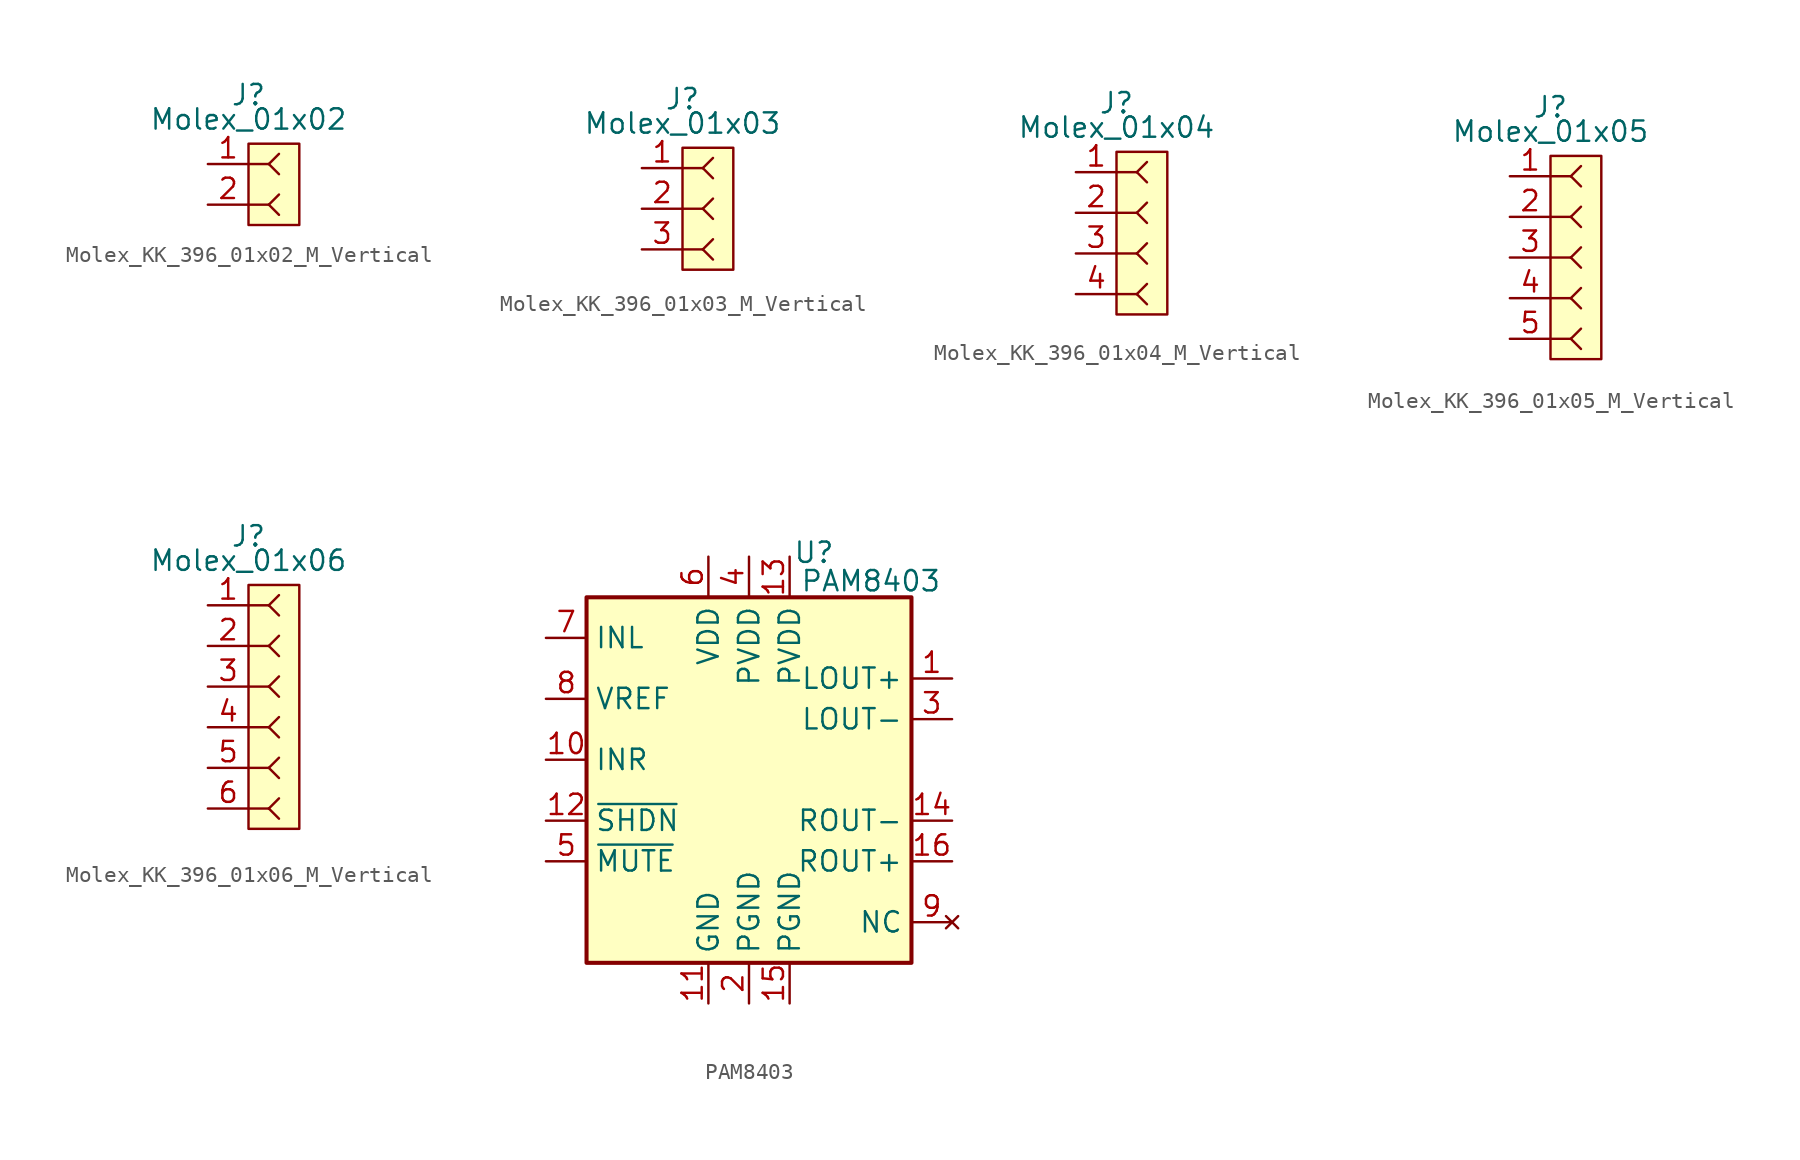
<source format=kicad_sym>
(kicad_symbol_lib
  (version 20241209)
  (generator "kicad_symbol_editor")
  (generator_version "9.0")
  (symbol "Molex_KK_396_01x02_M_Vertical"
    (property "Reference" "J"
      (at 0 5.588 0)
      (effects (font (size 1.27 1.27))))
    (property "Value" "Molex_01x02"
      (at 0 4.064 0)
      (effects (font (size 1.27 1.27))))
    (symbol "Molex_KK_396_01x02_M_Vertical_0_1"
      (polyline (pts (xy 0 1.27) (xy 1.27 1.27)) (stroke (width 0) (type default)) (fill (type none)))
      (polyline (pts (xy 0 -1.27) (xy 1.27 -1.27)) (stroke (width 0) (type default)) (fill (type none)))
      (polyline (pts (xy 1.27 1.27) (xy 1.905 1.905)) (stroke (width 0) (type default)) (fill (type none)))
      (polyline (pts (xy 1.27 1.27) (xy 1.905 0.635)) (stroke (width 0) (type default)) (fill (type none)))
      (polyline (pts (xy 1.27 -1.27) (xy 1.905 -0.635)) (stroke (width 0) (type default)) (fill (type none)))
      (polyline (pts (xy 1.27 -1.27) (xy 1.905 -1.905)) (stroke (width 0) (type default)) (fill (type none))))
    (symbol "Molex_KK_396_01x02_M_Vertical_1_1"
      (rectangle (start 0 2.54) (end 3.175 -2.54) (stroke (width 0) (type solid)) (fill (type background)))
      (pin passive line (at -2.54 1.27 0) (length 2.54) (name "" (effects (font (size 1.27 1.27)))) (number "1" (effects (font (size 1.27 1.27)))))
      (pin passive line (at -2.54 -1.27 0) (length 2.54) (name "" (effects (font (size 1.27 1.27)))) (number "2" (effects (font (size 1.27 1.27)))))))
  (symbol "Molex_KK_396_01x03_M_Vertical"
    (property "Reference" "J"
      (at 0 6.858 0)
      (effects (font (size 1.27 1.27))))
    (property "Value" "Molex_01x03"
      (at 0 5.334 0)
      (effects (font (size 1.27 1.27))))
    (symbol "Molex_KK_396_01x03_M_Vertical_0_1"
      (polyline (pts (xy 0 2.54) (xy 1.27 2.54)) (stroke (width 0) (type default)) (fill (type none)))
      (polyline (pts (xy 0 0) (xy 1.27 0)) (stroke (width 0) (type default)) (fill (type none)))
      (polyline (pts (xy 0 -2.54) (xy 1.27 -2.54)) (stroke (width 0) (type default)) (fill (type none)))
      (polyline (pts (xy 1.27 2.54) (xy 1.905 3.175)) (stroke (width 0) (type default)) (fill (type none)))
      (polyline (pts (xy 1.27 2.54) (xy 1.905 1.905)) (stroke (width 0) (type default)) (fill (type none)))
      (polyline (pts (xy 1.27 0) (xy 1.905 0.635)) (stroke (width 0) (type default)) (fill (type none)))
      (polyline (pts (xy 1.27 0) (xy 1.905 -0.635)) (stroke (width 0) (type default)) (fill (type none)))
      (polyline (pts (xy 1.27 -2.54) (xy 1.905 -1.905)) (stroke (width 0) (type default)) (fill (type none)))
      (polyline (pts (xy 1.27 -2.54) (xy 1.905 -3.175)) (stroke (width 0) (type default)) (fill (type none))))
    (symbol "Molex_KK_396_01x03_M_Vertical_1_1"
      (rectangle (start 0 3.81) (end 3.175 -3.81) (stroke (width 0) (type solid)) (fill (type background)))
      (pin passive line (at -2.54 2.54 0) (length 2.54) (name "" (effects (font (size 1.27 1.27)))) (number "1" (effects (font (size 1.27 1.27)))))
      (pin passive line (at -2.54 0 0) (length 2.54) (name "" (effects (font (size 1.27 1.27)))) (number "2" (effects (font (size 1.27 1.27)))))
      (pin passive line (at -2.54 -2.54 0) (length 2.54) (name "" (effects (font (size 1.27 1.27)))) (number "3" (effects (font (size 1.27 1.27)))))))
  (symbol "Molex_KK_396_01x04_M_Vertical"
    (property "Reference" "J"
      (at 0 8.128 0)
      (effects (font (size 1.27 1.27))))
    (property "Value" "Molex_01x04"
      (at 0 6.604 0)
      (effects (font (size 1.27 1.27))))
    (symbol "Molex_KK_396_01x04_M_Vertical_0_1"
      (polyline (pts (xy 0 3.81) (xy 1.27 3.81)) (stroke (width 0) (type default)) (fill (type none)))
      (polyline (pts (xy 0 1.27) (xy 1.27 1.27)) (stroke (width 0) (type default)) (fill (type none)))
      (polyline (pts (xy 0 -1.27) (xy 1.27 -1.27)) (stroke (width 0) (type default)) (fill (type none)))
      (polyline (pts (xy 0 -3.81) (xy 1.27 -3.81)) (stroke (width 0) (type default)) (fill (type none)))
      (polyline (pts (xy 1.27 3.81) (xy 1.905 4.445)) (stroke (width 0) (type default)) (fill (type none)))
      (polyline (pts (xy 1.27 3.81) (xy 1.905 3.175)) (stroke (width 0) (type default)) (fill (type none)))
      (polyline (pts (xy 1.27 1.27) (xy 1.905 1.905)) (stroke (width 0) (type default)) (fill (type none)))
      (polyline (pts (xy 1.27 1.27) (xy 1.905 0.635)) (stroke (width 0) (type default)) (fill (type none)))
      (polyline (pts (xy 1.27 -1.27) (xy 1.905 -0.635)) (stroke (width 0) (type default)) (fill (type none)))
      (polyline (pts (xy 1.27 -1.27) (xy 1.905 -1.905)) (stroke (width 0) (type default)) (fill (type none)))
      (polyline (pts (xy 1.27 -3.81) (xy 1.905 -3.175)) (stroke (width 0) (type default)) (fill (type none)))
      (polyline (pts (xy 1.27 -3.81) (xy 1.905 -4.445)) (stroke (width 0) (type default)) (fill (type none))))
    (symbol "Molex_KK_396_01x04_M_Vertical_1_1"
      (rectangle (start 0 5.08) (end 3.175 -5.08) (stroke (width 0) (type solid)) (fill (type background)))
      (pin passive line (at -2.54 3.81 0) (length 2.54) (name "" (effects (font (size 1.27 1.27)))) (number "1" (effects (font (size 1.27 1.27)))))
      (pin passive line (at -2.54 1.27 0) (length 2.54) (name "" (effects (font (size 1.27 1.27)))) (number "2" (effects (font (size 1.27 1.27)))))
      (pin passive line (at -2.54 -1.27 0) (length 2.54) (name "" (effects (font (size 1.27 1.27)))) (number "3" (effects (font (size 1.27 1.27)))))
      (pin passive line (at -2.54 -3.81 0) (length 2.54) (name "" (effects (font (size 1.27 1.27)))) (number "4" (effects (font (size 1.27 1.27)))))))
  (symbol "Molex_KK_396_01x05_M_Vertical"
    (property "Reference" "J"
      (at 0 9.398 0)
      (effects (font (size 1.27 1.27))))
    (property "Value" "Molex_01x05"
      (at 0 7.874 0)
      (effects (font (size 1.27 1.27))))
    (symbol "Molex_KK_396_01x05_M_Vertical_0_1"
      (polyline (pts (xy 0 5.08) (xy 1.27 5.08)) (stroke (width 0) (type default)) (fill (type none)))
      (polyline (pts (xy 0 2.54) (xy 1.27 2.54)) (stroke (width 0) (type default)) (fill (type none)))
      (polyline (pts (xy 0 0) (xy 1.27 0)) (stroke (width 0) (type default)) (fill (type none)))
      (polyline (pts (xy 0 -2.54) (xy 1.27 -2.54)) (stroke (width 0) (type default)) (fill (type none)))
      (polyline (pts (xy 0 -5.08) (xy 1.27 -5.08)) (stroke (width 0) (type default)) (fill (type none)))
      (polyline (pts (xy 1.27 5.08) (xy 1.905 5.715)) (stroke (width 0) (type default)) (fill (type none)))
      (polyline (pts (xy 1.27 5.08) (xy 1.905 4.445)) (stroke (width 0) (type default)) (fill (type none)))
      (polyline (pts (xy 1.27 2.54) (xy 1.905 3.175)) (stroke (width 0) (type default)) (fill (type none)))
      (polyline (pts (xy 1.27 2.54) (xy 1.905 1.905)) (stroke (width 0) (type default)) (fill (type none)))
      (polyline (pts (xy 1.27 0) (xy 1.905 0.635)) (stroke (width 0) (type default)) (fill (type none)))
      (polyline (pts (xy 1.27 0) (xy 1.905 -0.635)) (stroke (width 0) (type default)) (fill (type none)))
      (polyline (pts (xy 1.27 -2.54) (xy 1.905 -1.905)) (stroke (width 0) (type default)) (fill (type none)))
      (polyline (pts (xy 1.27 -2.54) (xy 1.905 -3.175)) (stroke (width 0) (type default)) (fill (type none)))
      (polyline (pts (xy 1.27 -5.08) (xy 1.905 -4.445)) (stroke (width 0) (type default)) (fill (type none)))
      (polyline (pts (xy 1.27 -5.08) (xy 1.905 -5.715)) (stroke (width 0) (type default)) (fill (type none))))
    (symbol "Molex_KK_396_01x05_M_Vertical_1_1"
      (rectangle (start 0 6.35) (end 3.175 -6.35) (stroke (width 0) (type solid)) (fill (type background)))
      (pin passive line (at -2.54 5.08 0) (length 2.54) (name "" (effects (font (size 1.27 1.27)))) (number "1" (effects (font (size 1.27 1.27)))))
      (pin passive line (at -2.54 2.54 0) (length 2.54) (name "" (effects (font (size 1.27 1.27)))) (number "2" (effects (font (size 1.27 1.27)))))
      (pin passive line (at -2.54 0 0) (length 2.54) (name "" (effects (font (size 1.27 1.27)))) (number "3" (effects (font (size 1.27 1.27)))))
      (pin passive line (at -2.54 -2.54 0) (length 2.54) (name "" (effects (font (size 1.27 1.27)))) (number "4" (effects (font (size 1.27 1.27)))))
      (pin passive line (at -2.54 -5.08 0) (length 2.54) (name "" (effects (font (size 1.27 1.27)))) (number "5" (effects (font (size 1.27 1.27)))))))
  (symbol "Molex_KK_396_01x06_M_Vertical"
    (property "Reference" "J"
      (at 0 10.668 0)
      (effects (font (size 1.27 1.27))))
    (property "Value" "Molex_01x06"
      (at 0 9.144 0)
      (effects (font (size 1.27 1.27))))
    (symbol "Molex_KK_396_01x06_M_Vertical_0_1"
      (polyline (pts (xy 0 6.35) (xy 1.27 6.35)) (stroke (width 0) (type default)) (fill (type none)))
      (polyline (pts (xy 0 3.81) (xy 1.27 3.81)) (stroke (width 0) (type default)) (fill (type none)))
      (polyline (pts (xy 0 1.27) (xy 1.27 1.27)) (stroke (width 0) (type default)) (fill (type none)))
      (polyline (pts (xy 0 -1.27) (xy 1.27 -1.27)) (stroke (width 0) (type default)) (fill (type none)))
      (polyline (pts (xy 0 -3.81) (xy 1.27 -3.81)) (stroke (width 0) (type default)) (fill (type none)))
      (polyline (pts (xy 0 -6.35) (xy 1.27 -6.35)) (stroke (width 0) (type default)) (fill (type none)))
      (polyline (pts (xy 1.27 6.35) (xy 1.905 6.985)) (stroke (width 0) (type default)) (fill (type none)))
      (polyline (pts (xy 1.27 6.35) (xy 1.905 5.715)) (stroke (width 0) (type default)) (fill (type none)))
      (polyline (pts (xy 1.27 3.81) (xy 1.905 4.445)) (stroke (width 0) (type default)) (fill (type none)))
      (polyline (pts (xy 1.27 3.81) (xy 1.905 3.175)) (stroke (width 0) (type default)) (fill (type none)))
      (polyline (pts (xy 1.27 1.27) (xy 1.905 1.905)) (stroke (width 0) (type default)) (fill (type none)))
      (polyline (pts (xy 1.27 1.27) (xy 1.905 0.635)) (stroke (width 0) (type default)) (fill (type none)))
      (polyline (pts (xy 1.27 -1.27) (xy 1.905 -0.635)) (stroke (width 0) (type default)) (fill (type none)))
      (polyline (pts (xy 1.27 -1.27) (xy 1.905 -1.905)) (stroke (width 0) (type default)) (fill (type none)))
      (polyline (pts (xy 1.27 -3.81) (xy 1.905 -3.175)) (stroke (width 0) (type default)) (fill (type none)))
      (polyline (pts (xy 1.27 -3.81) (xy 1.905 -4.445)) (stroke (width 0) (type default)) (fill (type none)))
      (polyline (pts (xy 1.27 -6.35) (xy 1.905 -5.715)) (stroke (width 0) (type default)) (fill (type none)))
      (polyline (pts (xy 1.27 -6.35) (xy 1.905 -6.985)) (stroke (width 0) (type default)) (fill (type none))))
    (symbol "Molex_KK_396_01x06_M_Vertical_1_1"
      (rectangle (start 0 7.62) (end 3.175 -7.62) (stroke (width 0) (type solid)) (fill (type background)))
      (pin passive line (at -2.54 6.35 0) (length 2.54) (name "" (effects (font (size 1.27 1.27)))) (number "1" (effects (font (size 1.27 1.27)))))
      (pin passive line (at -2.54 3.81 0) (length 2.54) (name "" (effects (font (size 1.27 1.27)))) (number "2" (effects (font (size 1.27 1.27)))))
      (pin passive line (at -2.54 1.27 0) (length 2.54) (name "" (effects (font (size 1.27 1.27)))) (number "3" (effects (font (size 1.27 1.27)))))
      (pin passive line (at -2.54 -1.27 0) (length 2.54) (name "" (effects (font (size 1.27 1.27)))) (number "4" (effects (font (size 1.27 1.27)))))
      (pin passive line (at -2.54 -3.81 0) (length 2.54) (name "" (effects (font (size 1.27 1.27)))) (number "5" (effects (font (size 1.27 1.27)))))
      (pin passive line (at -2.54 -6.35 0) (length 2.54) (name "" (effects (font (size 1.27 1.27)))) (number "6" (effects (font (size 1.27 1.27)))))))
  (symbol "PAM8403"
    (property "Reference" "U"
      (at 4.064 14.224 0)
      (effects (font (size 1.27 1.27))))
    (property "Value" "PAM8403"
      (at 7.62 12.446 0)
      (effects (font (size 1.27 1.27))))
    (symbol "PAM8403_0_1"
      (rectangle (start -10.16 11.43) (end 10.16 -11.43) (stroke (width 0.254) (type default)) (fill (type background))))
    (symbol "PAM8403_1_1"
      (pin input line (at -12.7 8.89 0) (length 2.54) (name "INL" (effects (font (size 1.27 1.27)))) (number "7" (effects (font (size 1.27 1.27)))))
      (pin input line (at -12.7 5.08 0) (length 2.54) (name "VREF" (effects (font (size 1.27 1.27)))) (number "8" (effects (font (size 1.27 1.27)))))
      (pin input line (at -12.7 1.27 0) (length 2.54) (name "INR" (effects (font (size 1.27 1.27)))) (number "10" (effects (font (size 1.27 1.27)))))
      (pin input line (at -12.7 -2.54 0) (length 2.54) (name "~{SHDN}" (effects (font (size 1.27 1.27)))) (number "12" (effects (font (size 1.27 1.27)))))
      (pin input line (at -12.7 -5.08 0) (length 2.54) (name "~{MUTE}" (effects (font (size 1.27 1.27)))) (number "5" (effects (font (size 1.27 1.27)))))
      (pin power_in line (at -2.54 13.97 270) (length 2.54) (name "VDD" (effects (font (size 1.27 1.27)))) (number "6" (effects (font (size 1.27 1.27)))))
      (pin power_in line (at -2.54 -13.97 90) (length 2.54) (name "GND" (effects (font (size 1.27 1.27)))) (number "11" (effects (font (size 1.27 1.27)))))
      (pin power_in line (at 0 13.97 270) (length 2.54) (name "PVDD" (effects (font (size 1.27 1.27)))) (number "4" (effects (font (size 1.27 1.27)))))
      (pin power_in line (at 0 -13.97 90) (length 2.54) (name "PGND" (effects (font (size 1.27 1.27)))) (number "2" (effects (font (size 1.27 1.27)))))
      (pin passive line (at 2.54 13.97 270) (length 2.54) (name "PVDD" (effects (font (size 1.27 1.27)))) (number "13" (effects (font (size 1.27 1.27)))))
      (pin passive line (at 2.54 -13.97 90) (length 2.54) (name "PGND" (effects (font (size 1.27 1.27)))) (number "15" (effects (font (size 1.27 1.27)))))
      (pin output line (at 12.7 6.35 180) (length 2.54) (name "LOUT+" (effects (font (size 1.27 1.27)))) (number "1" (effects (font (size 1.27 1.27)))))
      (pin output line (at 12.7 3.81 180) (length 2.54) (name "LOUT-" (effects (font (size 1.27 1.27)))) (number "3" (effects (font (size 1.27 1.27)))))
      (pin output line (at 12.7 -2.54 180) (length 2.54) (name "ROUT-" (effects (font (size 1.27 1.27)))) (number "14" (effects (font (size 1.27 1.27)))))
      (pin output line (at 12.7 -5.08 180) (length 2.54) (name "ROUT+" (effects (font (size 1.27 1.27)))) (number "16" (effects (font (size 1.27 1.27)))))
      (pin no_connect line (at 12.7 -8.89 180) (length 2.54) (name "NC" (effects (font (size 1.27 1.27)))) (number "9" (effects (font (size 1.27 1.27))))))))
</source>
